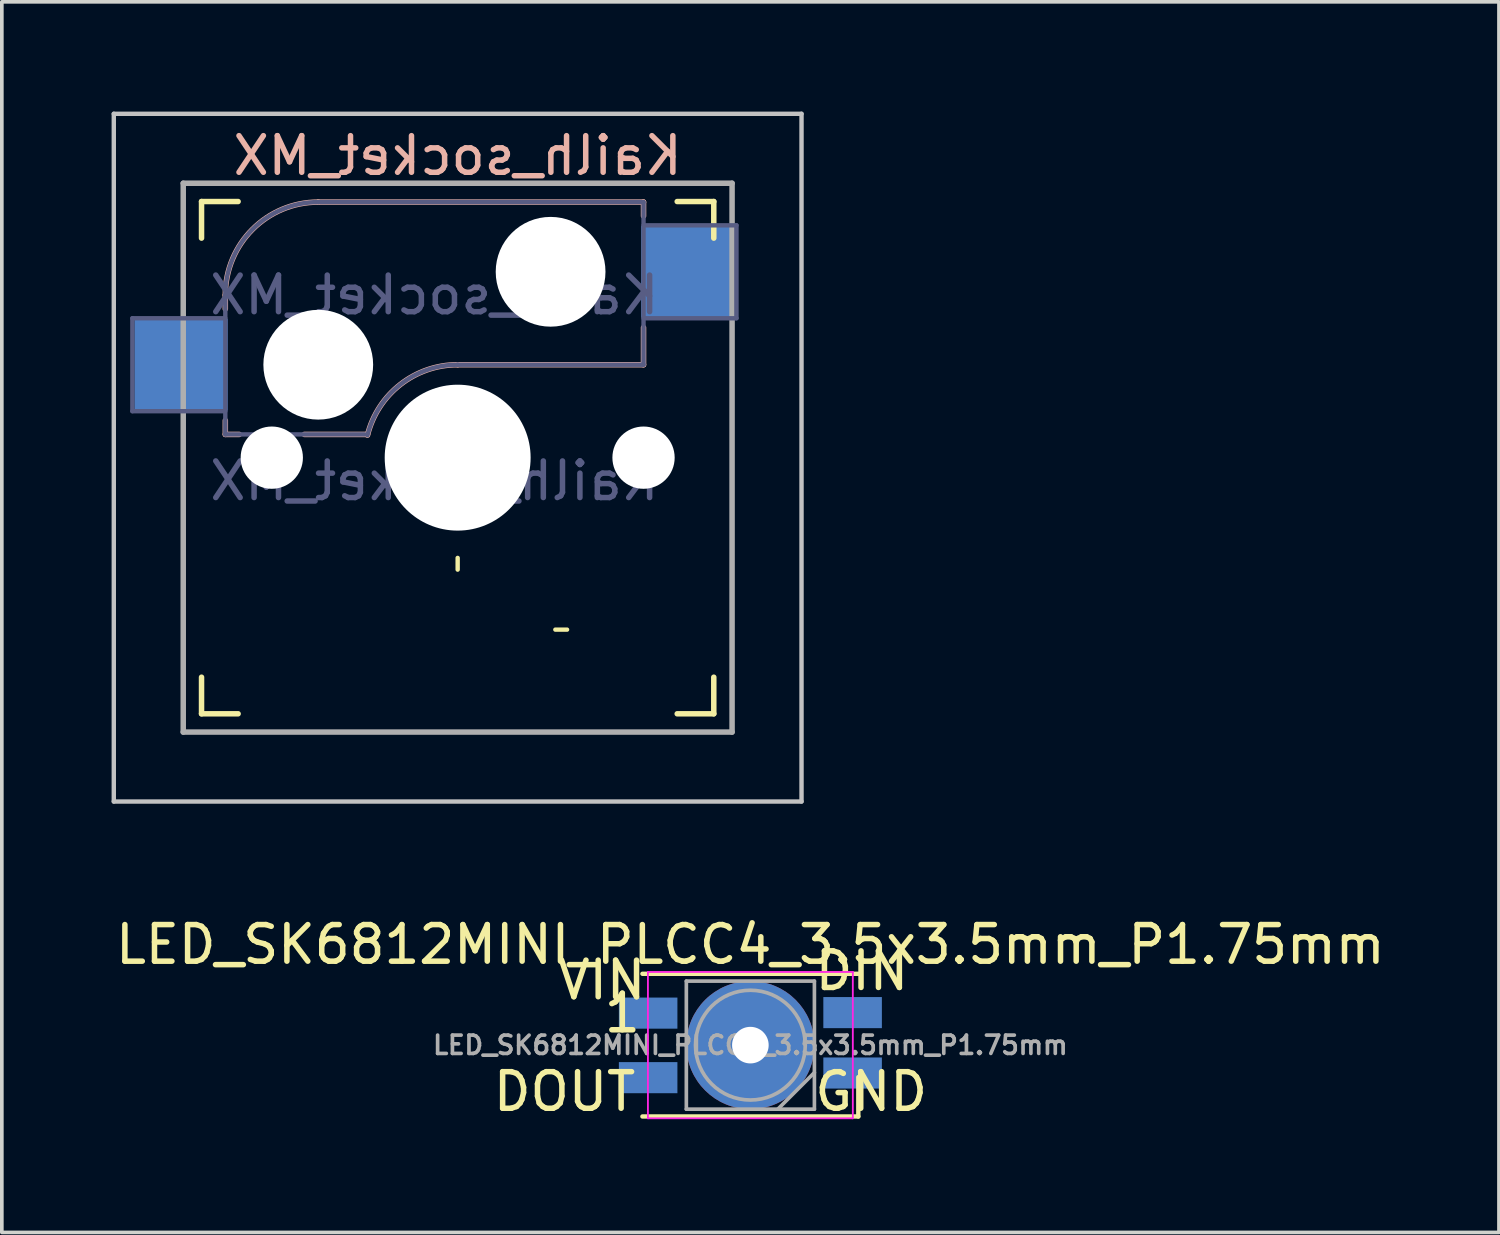
<source format=kicad_pcb>
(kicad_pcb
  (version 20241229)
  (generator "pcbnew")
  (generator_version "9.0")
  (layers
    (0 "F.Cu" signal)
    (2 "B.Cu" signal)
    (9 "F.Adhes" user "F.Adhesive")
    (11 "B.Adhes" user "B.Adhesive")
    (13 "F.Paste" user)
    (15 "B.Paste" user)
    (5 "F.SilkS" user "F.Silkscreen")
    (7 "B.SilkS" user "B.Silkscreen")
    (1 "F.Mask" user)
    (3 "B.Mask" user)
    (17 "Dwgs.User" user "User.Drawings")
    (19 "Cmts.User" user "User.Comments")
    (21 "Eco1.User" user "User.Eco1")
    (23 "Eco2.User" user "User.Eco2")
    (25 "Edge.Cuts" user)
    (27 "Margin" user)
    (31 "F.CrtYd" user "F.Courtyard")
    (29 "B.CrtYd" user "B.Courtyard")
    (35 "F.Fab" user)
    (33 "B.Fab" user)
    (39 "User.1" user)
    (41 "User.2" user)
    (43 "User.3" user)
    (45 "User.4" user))
  (footprint "Kailh_socket_MX"
    (layer "F.Cu")
    (at 9.458 9.458)
    (property "Reference" "Kailh_socket_MX" (at 0 -8.255 0) (layer "B.SilkS") (effects (font (size 1 1) (thickness 0.15)) (justify mirror)))
    (property "Value" "Kailh_socket_MX" (at 0 8.255 0) (layer "F.Fab") (hide yes) (effects (font (size 1 1) (thickness 0.15))))
    (attr smd)
    (fp_line (start -7 -6) (end -7 -7) (stroke (width 0.15) (type solid)) (layer "F.SilkS"))
    (fp_line (start -7 7) (end -7 6) (stroke (width 0.15) (type solid)) (layer "F.SilkS"))
    (fp_line (start -7 7) (end -6 7) (stroke (width 0.15) (type solid)) (layer "F.SilkS"))
    (fp_line (start -6 -7) (end -7 -7) (stroke (width 0.15) (type solid)) (layer "F.SilkS"))
    (fp_line (start 0 3.06) (end 0 2.74) (stroke (width 0.12) (type solid)) (layer "F.SilkS"))
    (fp_line (start 2.67 4.7) (end 2.99 4.7) (stroke (width 0.12) (type solid)) (layer "F.SilkS"))
    (fp_line (start 6 7) (end 7 7) (stroke (width 0.15) (type solid)) (layer "F.SilkS"))
    (fp_line (start 7 -7) (end 6 -7) (stroke (width 0.15) (type solid)) (layer "F.SilkS"))
    (fp_line (start 7 -7) (end 7 -6) (stroke (width 0.15) (type solid)) (layer "F.SilkS"))
    (fp_line (start 7 6) (end 7 7) (stroke (width 0.15) (type solid)) (layer "F.SilkS"))
    (fp_line (start -6.35 -4.445) (end -6.35 -4.064) (stroke (width 0.15) (type solid)) (layer "B.SilkS"))
    (fp_line (start -6.35 -1.016) (end -6.35 -0.635) (stroke (width 0.15) (type solid)) (layer "B.SilkS"))
    (fp_line (start -5.969 -0.635) (end -6.35 -0.635) (stroke (width 0.15) (type solid)) (layer "B.SilkS"))
    (fp_line (start -3.81 -6.985) (end 5.08 -6.985) (stroke (width 0.15) (type solid)) (layer "B.SilkS"))
    (fp_line (start -2.464 -0.635) (end -4.191 -0.635) (stroke (width 0.15) (type solid)) (layer "B.SilkS"))
    (fp_line (start 5.08 -6.985) (end 5.08 -6.604) (stroke (width 0.15) (type solid)) (layer "B.SilkS"))
    (fp_line (start 5.08 -3.556) (end 5.08 -2.54) (stroke (width 0.15) (type solid)) (layer "B.SilkS"))
    (fp_line (start 5.08 -2.54) (end 0 -2.54) (stroke (width 0.15) (type solid)) (layer "B.SilkS"))
    (fp_arc (start -6.35 -4.445) (mid -5.606051 -6.241051) (end -3.81 -6.985) (stroke (width 0.15) (type solid)) (layer "B.SilkS"))
    (fp_arc (start -2.464162 -0.61604) (mid -1.563147 -2.002042) (end 0 -2.54) (stroke (width 0.15) (type solid)) (layer "B.SilkS"))
    (fp_line (start -9.398 -9.398) (end 9.398 -9.398) (stroke (width 0.12) (type solid)) (layer "Dwgs.User"))
    (fp_line (start -9.398 9.398) (end -9.398 -9.398) (stroke (width 0.12) (type solid)) (layer "Dwgs.User"))
    (fp_line (start 9.398 -9.398) (end 9.398 9.398) (stroke (width 0.12) (type solid)) (layer "Dwgs.User"))
    (fp_line (start 9.398 9.398) (end -9.398 9.398) (stroke (width 0.12) (type solid)) (layer "Dwgs.User"))
    (fp_line (start -6.9 6.9) (end -6.9 -6.9) (stroke (width 0.15) (type solid)) (layer "Eco2.User"))
    (fp_line (start -6.9 6.9) (end 6.9 6.9) (stroke (width 0.15) (type solid)) (layer "Eco2.User"))
    (fp_line (start -2.6 3.1) (end -2.6 6.3) (stroke (width 0.15) (type solid)) (layer "Eco2.User"))
    (fp_line (start -2.6 6.3) (end 2.6 6.3) (stroke (width 0.15) (type solid)) (layer "Eco2.User"))
    (fp_line (start 2.6 3.1) (end -2.6 3.1) (stroke (width 0.15) (type solid)) (layer "Eco2.User"))
    (fp_line (start 2.6 3.1) (end 2.6 6.3) (stroke (width 0.15) (type solid)) (layer "Eco2.User"))
    (fp_line (start 6.9 -6.9) (end -6.9 -6.9) (stroke (width 0.15) (type solid)) (layer "Eco2.User"))
    (fp_line (start 6.9 -6.9) (end 6.9 6.9) (stroke (width 0.15) (type solid)) (layer "Eco2.User"))
    (fp_line (start -8.89 -3.81) (end -6.35 -3.81) (stroke (width 0.12) (type solid)) (layer "B.Fab"))
    (fp_line (start -8.89 -1.27) (end -8.89 -3.81) (stroke (width 0.12) (type solid)) (layer "B.Fab"))
    (fp_line (start -6.35 -1.27) (end -8.89 -1.27) (stroke (width 0.12) (type solid)) (layer "B.Fab"))
    (fp_line (start -6.35 -0.635) (end -6.35 -4.445) (stroke (width 0.12) (type solid)) (layer "B.Fab"))
    (fp_line (start -6.35 -0.635) (end -2.54 -0.635) (stroke (width 0.12) (type solid)) (layer "B.Fab"))
    (fp_line (start -3.81 -6.985) (end 5.08 -6.985) (stroke (width 0.12) (type solid)) (layer "B.Fab"))
    (fp_line (start 5.08 -6.985) (end 5.08 -2.54) (stroke (width 0.12) (type solid)) (layer "B.Fab"))
    (fp_line (start 5.08 -6.35) (end 7.62 -6.35) (stroke (width 0.12) (type solid)) (layer "B.Fab"))
    (fp_line (start 5.08 -2.54) (end 0 -2.54) (stroke (width 0.12) (type solid)) (layer "B.Fab"))
    (fp_line (start 7.62 -6.35) (end 7.62 -3.81) (stroke (width 0.12) (type solid)) (layer "B.Fab"))
    (fp_line (start 7.62 -3.81) (end 5.08 -3.81) (stroke (width 0.12) (type solid)) (layer "B.Fab"))
    (fp_arc (start -6.35 -4.445) (mid -5.606051 -6.241051) (end -3.81 -6.985) (stroke (width 0.12) (type solid)) (layer "B.Fab"))
    (fp_arc (start -2.464162 -0.61604) (mid -1.563147 -2.002042) (end 0 -2.54) (stroke (width 0.12) (type solid)) (layer "B.Fab"))
    (fp_line (start -7.5 -7.5) (end 7.5 -7.5) (stroke (width 0.15) (type solid)) (layer "F.Fab"))
    (fp_line (start -7.5 7.5) (end -7.5 -7.5) (stroke (width 0.15) (type solid)) (layer "F.Fab"))
    (fp_line (start 7.5 -7.5) (end 7.5 7.5) (stroke (width 0.15) (type solid)) (layer "F.Fab"))
    (fp_line (start 7.5 7.5) (end -7.5 7.5) (stroke (width 0.15) (type solid)) (layer "F.Fab"))
    (fp_text user "${VALUE}" (at -0.635 0.635 0) (layer "B.Fab") (effects (font (size 1 1) (thickness 0.15)) (justify mirror)))
    (fp_text user "${REFERENCE}" (at -0.635 -4.445 0) (layer "B.Fab") (effects (font (size 1 1) (thickness 0.15)) (justify mirror)))
    (pad "" np_thru_hole circle (at -5.08 0) (size 1.702 1.702) (drill 1.702) (layers "*.Cu" "*.Mask"))
    (pad "" np_thru_hole circle (at -3.81 -2.54) (size 3 3) (drill 3) (layers "*.Cu" "*.Mask"))
    (pad "" np_thru_hole circle (at 0 0) (size 3.988 3.988) (drill 3.988) (layers "*.Cu" "*.Mask"))
    (pad "" np_thru_hole circle (at 2.54 -5.08) (size 3 3) (drill 3) (layers "*.Cu" "*.Mask"))
    (pad "" np_thru_hole circle (at 5.08 0) (size 1.702 1.702) (drill 1.702) (layers "*.Cu" "*.Mask"))
    (pad "1" smd rect (at 6.29 -5.08) (size 2.55 2.5) (layers "B.Cu" "B.Mask" "B.Paste"))
    (pad "2" smd rect (at -7.56 -2.54) (size 2.55 2.5) (layers "B.Cu" "B.Mask" "B.Paste")))
  (footprint "LED_SK6812MINI_PLCC4_3.5x3.5mm_P1.75mm"
    (layer "F.Cu")
    (at 17.458 25.514)
    (property "Reference" "LED_SK6812MINI_PLCC4_3.5x3.5mm_P1.75mm" (at 0 -2.75 0) (layer "F.SilkS") (effects (font (size 1 1) (thickness 0.15))))
    (attr smd)
    (fp_line (start -2.95 -1.95) (end 2.95 -1.95) (stroke (width 0.12) (type solid)) (layer "F.SilkS"))
    (fp_line (start -2.95 1.95) (end 2.95 1.95) (stroke (width 0.12) (type solid)) (layer "F.SilkS"))
    (fp_line (start 2.95 1.95) (end 2.95 0.875) (stroke (width 0.12) (type solid)) (layer "F.SilkS"))
    (fp_line (start -2.8 -2) (end -2.8 2) (stroke (width 0.05) (type solid)) (layer "F.CrtYd"))
    (fp_line (start -2.8 2) (end 2.8 2) (stroke (width 0.05) (type solid)) (layer "F.CrtYd"))
    (fp_line (start 2.8 -2) (end -2.8 -2) (stroke (width 0.05) (type solid)) (layer "F.CrtYd"))
    (fp_line (start 2.8 2) (end 2.8 -2) (stroke (width 0.05) (type solid)) (layer "F.CrtYd"))
    (fp_line (start -1.75 -1.75) (end -1.75 1.75) (stroke (width 0.1) (type solid)) (layer "F.Fab"))
    (fp_line (start -1.75 1.75) (end 1.75 1.75) (stroke (width 0.1) (type solid)) (layer "F.Fab"))
    (fp_line (start 1.75 -1.75) (end -1.75 -1.75) (stroke (width 0.1) (type solid)) (layer "F.Fab"))
    (fp_line (start 1.75 0.75) (end 0.75 1.75) (stroke (width 0.1) (type solid)) (layer "F.Fab"))
    (fp_line (start 1.75 1.75) (end 1.75 -1.75) (stroke (width 0.1) (type solid)) (layer "F.Fab"))
    (fp_circle (center 0 0) (end 0 -1.5) (stroke (width 0.1) (type solid)) (fill no) (layer "F.Fab"))
    (fp_text user "VIN" (at -4.064 -1.778 0) (layer "F.SilkS") (effects (font (size 1 1) (thickness 0.15))))
    (fp_text user "GND" (at 3.302 1.27 0) (layer "F.SilkS") (effects (font (size 1 1) (thickness 0.15))))
    (fp_text user "DIN" (at 3.048 -2.032 0) (layer "F.SilkS") (effects (font (size 1 1) (thickness 0.15))))
    (fp_text user "1" (at -3.5 -0.875 0) (layer "F.SilkS") (effects (font (size 1 1) (thickness 0.15))))
    (fp_text user "DOUT" (at -5.08 1.27 0) (layer "F.SilkS") (effects (font (size 1 1) (thickness 0.15))))
    (fp_text user "${REFERENCE}" (at 0 0 0) (layer "F.Fab") (effects (font (size 0.5 0.5) (thickness 0.1))))
    (pad "" np_thru_hole oval (at 0 0) (size 3.5 3.5) (drill oval 1) (layers "*.Cu" "*.Mask"))
    (pad "1" smd rect (at -2.794 -0.875 180) (size 1.6 0.85) (layers "B.Cu" "B.Mask" "B.Paste"))
    (pad "2" smd rect (at -2.794 0.889 180) (size 1.6 0.85) (layers "B.Cu" "B.Mask" "B.Paste"))
    (pad "3" smd rect (at 2.794 0.762 180) (size 1.6 0.85) (layers "B.Cu" "B.Mask" "B.Paste"))
    (pad "4" smd rect (at 2.794 -0.889 180) (size 1.6 0.85) (layers "B.Cu" "B.Mask" "B.Paste")))
  (gr_rect
    (start -3 -3)
    (end 37.917 30.633)
    (stroke (width 0.1) (type default))
    (fill no)
    (layer "Edge.Cuts")))
</source>
